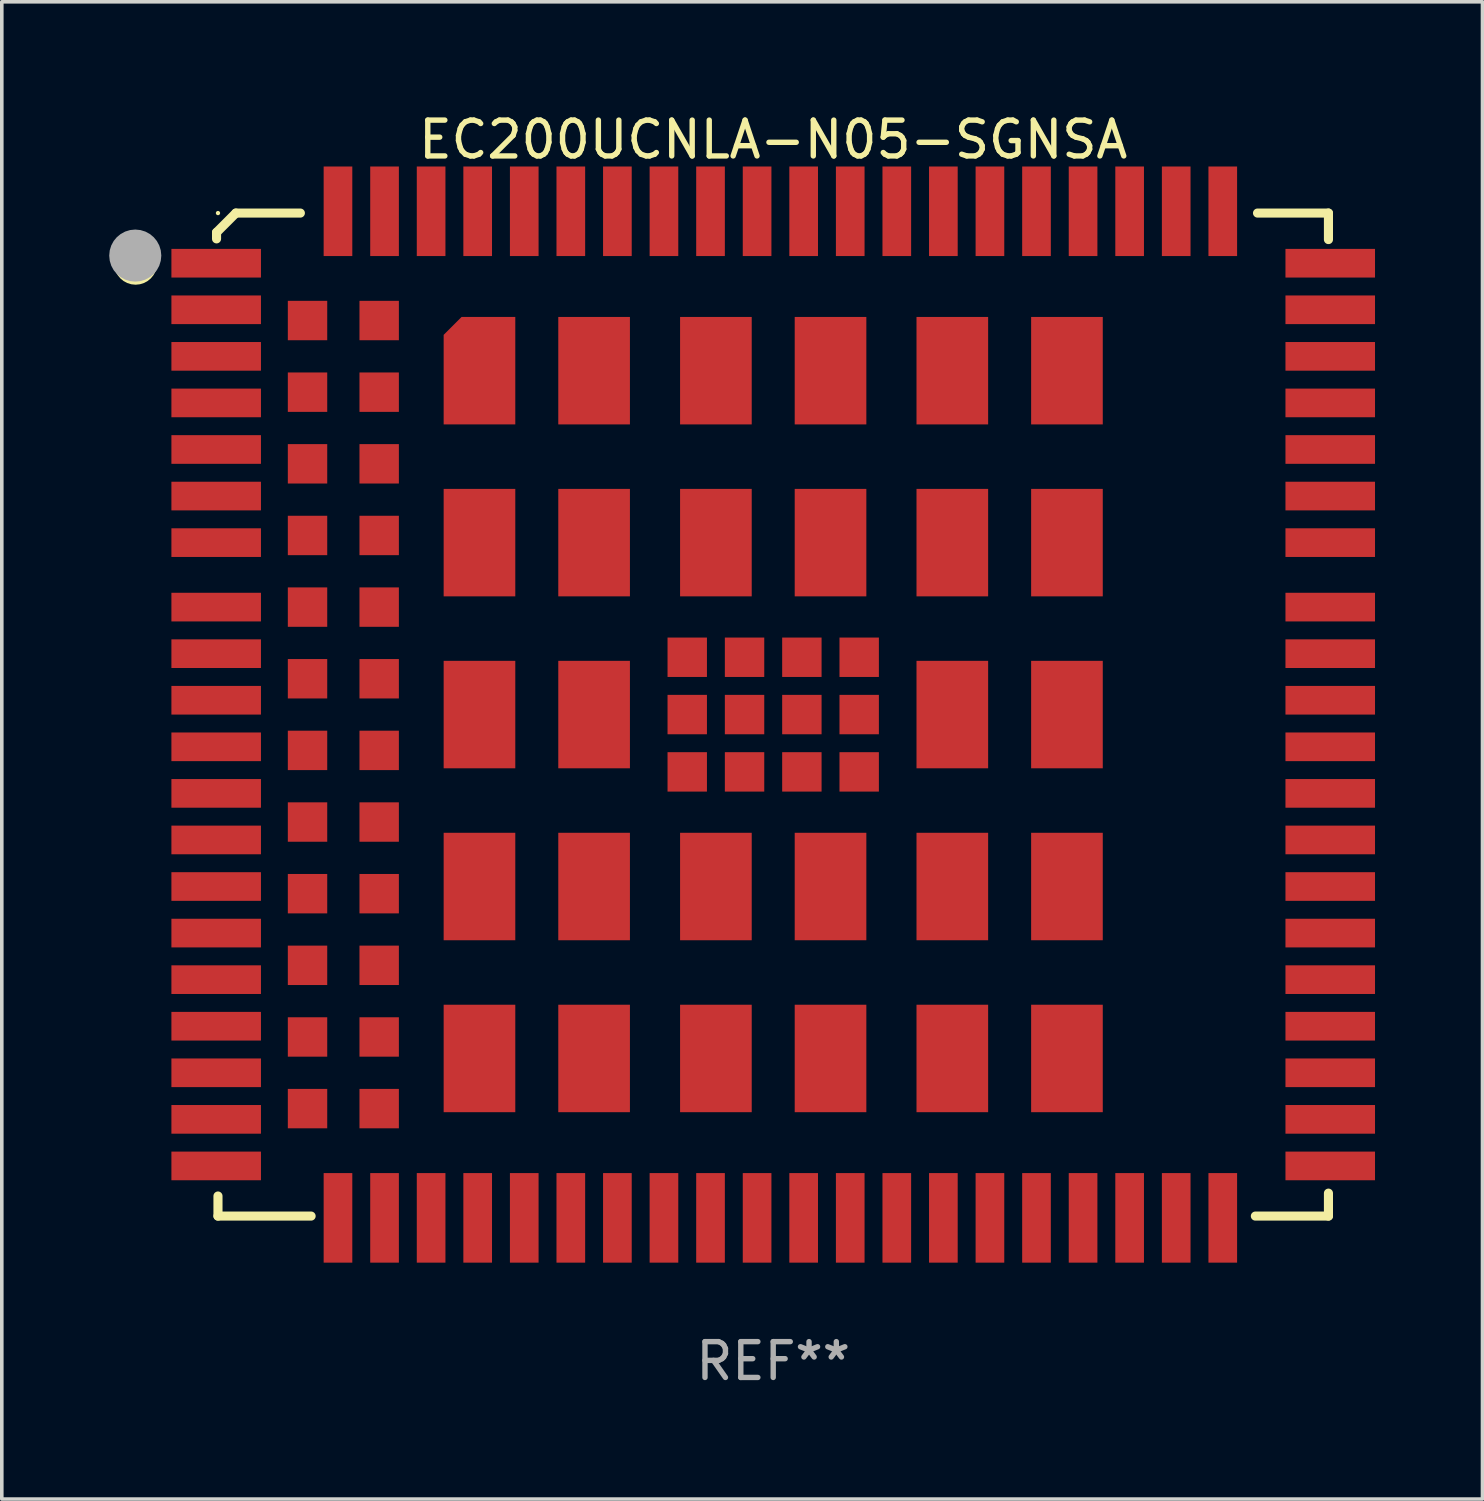
<source format=kicad_pcb>
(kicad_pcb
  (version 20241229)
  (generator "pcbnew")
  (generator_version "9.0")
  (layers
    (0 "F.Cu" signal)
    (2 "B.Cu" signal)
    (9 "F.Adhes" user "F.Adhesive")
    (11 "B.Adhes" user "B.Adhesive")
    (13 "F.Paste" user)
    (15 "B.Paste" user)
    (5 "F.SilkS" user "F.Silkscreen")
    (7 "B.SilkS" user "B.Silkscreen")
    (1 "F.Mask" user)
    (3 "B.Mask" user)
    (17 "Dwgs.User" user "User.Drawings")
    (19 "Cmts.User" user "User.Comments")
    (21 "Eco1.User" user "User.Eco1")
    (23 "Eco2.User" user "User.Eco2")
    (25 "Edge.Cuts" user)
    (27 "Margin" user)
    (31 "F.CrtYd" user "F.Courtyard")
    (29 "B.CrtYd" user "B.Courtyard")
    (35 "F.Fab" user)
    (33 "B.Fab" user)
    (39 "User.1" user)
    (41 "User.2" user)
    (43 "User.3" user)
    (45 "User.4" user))
  (footprint "EC200UCNLA-N05-SGNSA"
    (layer "F.Cu")
    (at 18.535 16.898)
    (property "Reference" "EC200UCNLA-N05-SGNSA" (at 0 -16.05 0) (layer "F.SilkS") (effects (font (size 1 1) (thickness 0.15))))
    (attr through_hole)
    (fp_line (start -15.54 -13.46) (end -15 -14) (stroke (width 0.254) (type solid)) (layer "F.SilkS"))
    (fp_line (start -15.54 -13.28) (end -15.54 -13.46) (stroke (width 0.254) (type solid)) (layer "F.SilkS"))
    (fp_line (start -15.5 13.44) (end -15.5 14) (stroke (width 0.254) (type solid)) (layer "F.SilkS"))
    (fp_line (start -15.5 14) (end -12.9 14) (stroke (width 0.254) (type solid)) (layer "F.SilkS"))
    (fp_line (start -15 -14) (end -13.2 -14) (stroke (width 0.254) (type solid)) (layer "F.SilkS"))
    (fp_line (start 13.46 14) (end 15.5 14) (stroke (width 0.254) (type solid)) (layer "F.SilkS"))
    (fp_line (start 13.52 -14) (end 15.5 -14) (stroke (width 0.254) (type solid)) (layer "F.SilkS"))
    (fp_line (start 15.5 -14) (end 15.5 -13.26) (stroke (width 0.254) (type solid)) (layer "F.SilkS"))
    (fp_line (start 15.5 14) (end 15.5 13.36) (stroke (width 0.254) (type solid)) (layer "F.SilkS"))
    (fp_circle (center -17.8 -12.6) (end -17.5 -12.6) (stroke (width 0.6) (type solid)) (fill no) (layer "F.SilkS"))
    (fp_circle (center -15.5 -14) (end -15.47 -14) (stroke (width 0.06) (type solid)) (fill no) (layer "F.SilkS"))
    (fp_circle (center -17.809 -12.813) (end -17.445 -12.813) (stroke (width 0.726) (type solid)) (fill no) (layer "F.Fab"))
    (fp_text user "REF**" (at 0 18.05 0) (layer "F.Fab") (effects (font (size 1 1) (thickness 0.15))))
    (pad "1" smd rect (at -15.55 -12.6) (size 2.5 0.8) (layers "F.Cu" "F.Mask" "F.Paste"))
    (pad "2" smd rect (at -15.55 -11.3) (size 2.5 0.8) (layers "F.Cu" "F.Mask" "F.Paste"))
    (pad "3" smd rect (at -15.55 -10) (size 2.5 0.8) (layers "F.Cu" "F.Mask" "F.Paste"))
    (pad "4" smd rect (at -15.55 -8.7) (size 2.5 0.8) (layers "F.Cu" "F.Mask" "F.Paste"))
    (pad "5" smd rect (at -15.55 -7.4) (size 2.5 0.8) (layers "F.Cu" "F.Mask" "F.Paste"))
    (pad "6" smd rect (at -15.55 -6.1) (size 2.5 0.8) (layers "F.Cu" "F.Mask" "F.Paste"))
    (pad "7" smd rect (at -15.55 -4.8) (size 2.5 0.8) (layers "F.Cu" "F.Mask" "F.Paste"))
    (pad "8" smd rect (at -15.55 -0.4) (size 2.5 0.8) (layers "F.Cu" "F.Mask" "F.Paste"))
    (pad "9" smd rect (at -15.55 0.9) (size 2.5 0.8) (layers "F.Cu" "F.Mask" "F.Paste"))
    (pad "10" smd rect (at -15.55 2.2) (size 2.5 0.8) (layers "F.Cu" "F.Mask" "F.Paste"))
    (pad "11" smd rect (at -15.55 3.5) (size 2.5 0.8) (layers "F.Cu" "F.Mask" "F.Paste"))
    (pad "12" smd rect (at -15.55 4.8) (size 2.5 0.8) (layers "F.Cu" "F.Mask" "F.Paste"))
    (pad "13" smd rect (at -15.55 6.1) (size 2.5 0.8) (layers "F.Cu" "F.Mask" "F.Paste"))
    (pad "14" smd rect (at -15.55 7.4) (size 2.5 0.8) (layers "F.Cu" "F.Mask" "F.Paste"))
    (pad "15" smd rect (at -15.55 8.7) (size 2.5 0.8) (layers "F.Cu" "F.Mask" "F.Paste"))
    (pad "16" smd rect (at -15.55 10) (size 2.5 0.8) (layers "F.Cu" "F.Mask" "F.Paste"))
    (pad "17" smd rect (at -15.55 11.3) (size 2.5 0.8) (layers "F.Cu" "F.Mask" "F.Paste"))
    (pad "18" smd rect (at -15.55 12.6) (size 2.5 0.8) (layers "F.Cu" "F.Mask" "F.Paste"))
    (pad "19" smd rect (at -9.55 14.05) (size 0.8 2.5) (layers "F.Cu" "F.Mask" "F.Paste"))
    (pad "20" smd rect (at -8.25 14.05) (size 0.8 2.5) (layers "F.Cu" "F.Mask" "F.Paste"))
    (pad "21" smd rect (at -6.95 14.05) (size 0.8 2.5) (layers "F.Cu" "F.Mask" "F.Paste"))
    (pad "22" smd rect (at -5.65 14.05) (size 0.8 2.5) (layers "F.Cu" "F.Mask" "F.Paste"))
    (pad "23" smd rect (at -4.35 14.05) (size 0.8 2.5) (layers "F.Cu" "F.Mask" "F.Paste"))
    (pad "24" smd rect (at -3.05 14.05) (size 0.8 2.5) (layers "F.Cu" "F.Mask" "F.Paste"))
    (pad "25" smd rect (at -1.75 14.05) (size 0.8 2.5) (layers "F.Cu" "F.Mask" "F.Paste"))
    (pad "26" smd rect (at -0.45 14.05) (size 0.8 2.5) (layers "F.Cu" "F.Mask" "F.Paste"))
    (pad "27" smd rect (at 0.85 14.05) (size 0.8 2.5) (layers "F.Cu" "F.Mask" "F.Paste"))
    (pad "28" smd rect (at 2.15 14.05) (size 0.8 2.5) (layers "F.Cu" "F.Mask" "F.Paste"))
    (pad "29" smd rect (at 3.45 14.05) (size 0.8 2.5) (layers "F.Cu" "F.Mask" "F.Paste"))
    (pad "30" smd rect (at 4.75 14.05) (size 0.8 2.5) (layers "F.Cu" "F.Mask" "F.Paste"))
    (pad "31" smd rect (at 6.05 14.05) (size 0.8 2.5) (layers "F.Cu" "F.Mask" "F.Paste"))
    (pad "32" smd rect (at 7.35 14.05) (size 0.8 2.5) (layers "F.Cu" "F.Mask" "F.Paste"))
    (pad "33" smd rect (at 8.65 14.05) (size 0.8 2.5) (layers "F.Cu" "F.Mask" "F.Paste"))
    (pad "34" smd rect (at 9.95 14.05) (size 0.8 2.5) (layers "F.Cu" "F.Mask" "F.Paste"))
    (pad "35" smd rect (at 11.25 14.05) (size 0.8 2.5) (layers "F.Cu" "F.Mask" "F.Paste"))
    (pad "36" smd rect (at 12.55 14.05) (size 0.8 2.5) (layers "F.Cu" "F.Mask" "F.Paste"))
    (pad "37" smd rect (at 15.55 12.6) (size 2.5 0.8) (layers "F.Cu" "F.Mask" "F.Paste"))
    (pad "38" smd rect (at 15.55 11.3) (size 2.5 0.8) (layers "F.Cu" "F.Mask" "F.Paste"))
    (pad "39" smd rect (at 15.55 10) (size 2.5 0.8) (layers "F.Cu" "F.Mask" "F.Paste"))
    (pad "40" smd rect (at 15.55 8.7) (size 2.5 0.8) (layers "F.Cu" "F.Mask" "F.Paste"))
    (pad "41" smd rect (at 15.55 7.4) (size 2.5 0.8) (layers "F.Cu" "F.Mask" "F.Paste"))
    (pad "42" smd rect (at 15.55 6.1) (size 2.5 0.8) (layers "F.Cu" "F.Mask" "F.Paste"))
    (pad "43" smd rect (at 15.55 4.8) (size 2.5 0.8) (layers "F.Cu" "F.Mask" "F.Paste"))
    (pad "44" smd rect (at 15.55 3.5) (size 2.5 0.8) (layers "F.Cu" "F.Mask" "F.Paste"))
    (pad "45" smd rect (at 15.55 2.2) (size 2.5 0.8) (layers "F.Cu" "F.Mask" "F.Paste"))
    (pad "46" smd rect (at 15.55 0.9) (size 2.5 0.8) (layers "F.Cu" "F.Mask" "F.Paste"))
    (pad "47" smd rect (at 15.55 -0.4) (size 2.5 0.8) (layers "F.Cu" "F.Mask" "F.Paste"))
    (pad "48" smd rect (at 15.55 -4.8) (size 2.5 0.8) (layers "F.Cu" "F.Mask" "F.Paste"))
    (pad "49" smd rect (at 15.55 -6.1) (size 2.5 0.8) (layers "F.Cu" "F.Mask" "F.Paste"))
    (pad "50" smd rect (at 15.55 -7.4) (size 2.5 0.8) (layers "F.Cu" "F.Mask" "F.Paste"))
    (pad "51" smd rect (at 15.55 -8.7) (size 2.5 0.8) (layers "F.Cu" "F.Mask" "F.Paste"))
    (pad "52" smd rect (at 15.55 -10) (size 2.5 0.8) (layers "F.Cu" "F.Mask" "F.Paste"))
    (pad "53" smd rect (at 15.55 -11.3) (size 2.5 0.8) (layers "F.Cu" "F.Mask" "F.Paste"))
    (pad "54" smd rect (at 15.55 -12.6) (size 2.5 0.8) (layers "F.Cu" "F.Mask" "F.Paste"))
    (pad "55" smd rect (at 12.55 -14.05) (size 0.8 2.5) (layers "F.Cu" "F.Mask" "F.Paste"))
    (pad "56" smd rect (at 11.25 -14.05) (size 0.8 2.5) (layers "F.Cu" "F.Mask" "F.Paste"))
    (pad "57" smd rect (at 9.95 -14.05) (size 0.8 2.5) (layers "F.Cu" "F.Mask" "F.Paste"))
    (pad "58" smd rect (at 8.65 -14.05) (size 0.8 2.5) (layers "F.Cu" "F.Mask" "F.Paste"))
    (pad "59" smd rect (at 7.35 -14.05) (size 0.8 2.5) (layers "F.Cu" "F.Mask" "F.Paste"))
    (pad "60" smd rect (at 6.05 -14.05) (size 0.8 2.5) (layers "F.Cu" "F.Mask" "F.Paste"))
    (pad "61" smd rect (at 4.75 -14.05) (size 0.8 2.5) (layers "F.Cu" "F.Mask" "F.Paste"))
    (pad "62" smd rect (at 3.45 -14.05) (size 0.8 2.5) (layers "F.Cu" "F.Mask" "F.Paste"))
    (pad "63" smd rect (at 2.15 -14.05) (size 0.8 2.5) (layers "F.Cu" "F.Mask" "F.Paste"))
    (pad "64" smd rect (at 0.85 -14.05) (size 0.8 2.5) (layers "F.Cu" "F.Mask" "F.Paste"))
    (pad "65" smd rect (at -0.45 -14.05) (size 0.8 2.5) (layers "F.Cu" "F.Mask" "F.Paste"))
    (pad "66" smd rect (at -1.75 -14.05) (size 0.8 2.5) (layers "F.Cu" "F.Mask" "F.Paste"))
    (pad "67" smd rect (at -3.05 -14.05) (size 0.8 2.5) (layers "F.Cu" "F.Mask" "F.Paste"))
    (pad "68" smd rect (at -4.35 -14.05) (size 0.8 2.5) (layers "F.Cu" "F.Mask" "F.Paste"))
    (pad "69" smd rect (at -5.65 -14.05) (size 0.8 2.5) (layers "F.Cu" "F.Mask" "F.Paste"))
    (pad "70" smd rect (at -6.95 -14.05) (size 0.8 2.5) (layers "F.Cu" "F.Mask" "F.Paste"))
    (pad "71" smd rect (at -8.25 -14.05) (size 0.8 2.5) (layers "F.Cu" "F.Mask" "F.Paste"))
    (pad "72" smd rect (at -9.55 -14.05) (size 0.8 2.5) (layers "F.Cu" "F.Mask" "F.Paste"))
    (pad "73" smd rect (at 2.4 -1.6 270) (size 1.1 1.1) (layers "F.Cu" "F.Mask" "F.Paste"))
    (pad "74" smd rect (at 2.4 -0.000127 270) (size 1.1 1.1) (layers "F.Cu" "F.Mask" "F.Paste"))
    (pad "75" smd rect (at 2.4 1.6 270) (size 1.1 1.1) (layers "F.Cu" "F.Mask" "F.Paste"))
    (pad "76" smd rect (at 0.8 -1.6 270) (size 1.1 1.1) (layers "F.Cu" "F.Mask" "F.Paste"))
    (pad "77" smd rect (at 0.8 -0.000127 270) (size 1.1 1.1) (layers "F.Cu" "F.Mask" "F.Paste"))
    (pad "78" smd rect (at 0.8 1.6 270) (size 1.1 1.1) (layers "F.Cu" "F.Mask" "F.Paste"))
    (pad "79" smd rect (at -0.8 -1.6 270) (size 1.1 1.1) (layers "F.Cu" "F.Mask" "F.Paste"))
    (pad "80" smd rect (at -0.8 -0.000127 270) (size 1.1 1.1) (layers "F.Cu" "F.Mask" "F.Paste"))
    (pad "81" smd rect (at -0.8 1.6 270) (size 1.1 1.1) (layers "F.Cu" "F.Mask" "F.Paste"))
    (pad "82" smd rect (at -2.4 -1.6 270) (size 1.1 1.1) (layers "F.Cu" "F.Mask" "F.Paste"))
    (pad "83" smd rect (at -2.4 -0.000127 270) (size 1.1 1.1) (layers "F.Cu" "F.Mask" "F.Paste"))
    (pad "84" smd rect (at -2.4 1.6 270) (size 1.1 1.1) (layers "F.Cu" "F.Mask" "F.Paste"))
    (pad "85" smd rect (at 8.2 -9.6) (size 2 3) (layers "F.Cu" "F.Mask" "F.Paste"))
    (pad "86" smd rect (at 8.2 -4.8) (size 2 3) (layers "F.Cu" "F.Mask" "F.Paste"))
    (pad "87" smd rect (at 8.2 -0.000127) (size 2 3) (layers "F.Cu" "F.Mask" "F.Paste"))
    (pad "88" smd rect (at 8.2 4.8) (size 2 3) (layers "F.Cu" "F.Mask" "F.Paste"))
    (pad "89" smd rect (at 8.2 9.6) (size 2 3) (layers "F.Cu" "F.Mask" "F.Paste"))
    (pad "90" smd rect (at 5 -9.6) (size 2 3) (layers "F.Cu" "F.Mask" "F.Paste"))
    (pad "91" smd rect (at 5 -4.8) (size 2 3) (layers "F.Cu" "F.Mask" "F.Paste"))
    (pad "92" smd rect (at 5 -0.000127) (size 2 3) (layers "F.Cu" "F.Mask" "F.Paste"))
    (pad "93" smd rect (at 5 4.8) (size 2 3) (layers "F.Cu" "F.Mask" "F.Paste"))
    (pad "94" smd rect (at 5 9.6) (size 2 3) (layers "F.Cu" "F.Mask" "F.Paste"))
    (pad "95" smd rect (at 1.6 -9.6) (size 2 3) (layers "F.Cu" "F.Mask" "F.Paste"))
    (pad "96" smd rect (at 1.6 -4.8) (size 2 3) (layers "F.Cu" "F.Mask" "F.Paste"))
    (pad "97" smd rect (at 1.6 4.8) (size 2 3) (layers "F.Cu" "F.Mask" "F.Paste"))
    (pad "98" smd rect (at 1.6 9.6) (size 2 3) (layers "F.Cu" "F.Mask" "F.Paste"))
    (pad "99" smd rect (at -1.6 -9.6) (size 2 3) (layers "F.Cu" "F.Mask" "F.Paste"))
    (pad "100" smd rect (at -1.6 -4.8) (size 2 3) (layers "F.Cu" "F.Mask" "F.Paste"))
    (pad "101" smd rect (at -1.6 4.8) (size 2 3) (layers "F.Cu" "F.Mask" "F.Paste"))
    (pad "102" smd rect (at -1.6 9.6) (size 2 3) (layers "F.Cu" "F.Mask" "F.Paste"))
    (pad "103" smd rect (at -5 -9.6) (size 2 3) (layers "F.Cu" "F.Mask" "F.Paste"))
    (pad "104" smd rect (at -5 -4.8) (size 2 3) (layers "F.Cu" "F.Mask" "F.Paste"))
    (pad "105" smd rect (at -5 -0.000127) (size 2 3) (layers "F.Cu" "F.Mask" "F.Paste"))
    (pad "106" smd rect (at -5 4.8) (size 2 3) (layers "F.Cu" "F.Mask" "F.Paste"))
    (pad "107" smd rect (at -5 9.6) (size 2 3) (layers "F.Cu" "F.Mask" "F.Paste"))
    (pad "108" smd custom (at -8.2 -9.6) (size 2 3) (layers "F.Cu" "F.Mask" "F.Paste") (options (anchor circle)) (primitives (gr_poly (pts (xy -1 1.5) (xy 1 1.5) (xy 1 -1.5) (xy -0.5 -1.5) (xy -1 -1)) (width 0) (fill yes))))
    (pad "109" smd rect (at -8.2 -4.8) (size 2 3) (layers "F.Cu" "F.Mask" "F.Paste"))
    (pad "110" smd rect (at -8.2 -0.000127) (size 2 3) (layers "F.Cu" "F.Mask" "F.Paste"))
    (pad "111" smd rect (at -8.2 4.8) (size 2 3) (layers "F.Cu" "F.Mask" "F.Paste"))
    (pad "112" smd rect (at -8.2 9.6) (size 2 3) (layers "F.Cu" "F.Mask" "F.Paste"))
    (pad "113" smd rect (at -10.85 -14.05) (size 0.8 2.5) (layers "F.Cu" "F.Mask" "F.Paste"))
    (pad "114" smd rect (at -12.15 -14.05) (size 0.8 2.5) (layers "F.Cu" "F.Mask" "F.Paste"))
    (pad "115" smd rect (at -10.85 14.05) (size 0.8 2.5) (layers "F.Cu" "F.Mask" "F.Paste"))
    (pad "116" smd rect (at -12.15 14.05) (size 0.8 2.5) (layers "F.Cu" "F.Mask" "F.Paste"))
    (pad "117" smd rect (at -11 -11) (size 1.1 1.1) (layers "F.Cu" "F.Mask" "F.Paste"))
    (pad "118" smd rect (at -11 -9) (size 1.1 1.1) (layers "F.Cu" "F.Mask" "F.Paste"))
    (pad "119" smd rect (at -11 -7) (size 1.1 1.1) (layers "F.Cu" "F.Mask" "F.Paste"))
    (pad "120" smd rect (at -11 -5) (size 1.1 1.1) (layers "F.Cu" "F.Mask" "F.Paste"))
    (pad "121" smd rect (at -11 -3) (size 1.1 1.1) (layers "F.Cu" "F.Mask" "F.Paste"))
    (pad "122" smd rect (at -11 -1) (size 1.1 1.1) (layers "F.Cu" "F.Mask" "F.Paste"))
    (pad "123" smd rect (at -11 1) (size 1.1 1.1) (layers "F.Cu" "F.Mask" "F.Paste"))
    (pad "124" smd rect (at -11 3) (size 1.1 1.1) (layers "F.Cu" "F.Mask" "F.Paste"))
    (pad "125" smd rect (at -11 5) (size 1.1 1.1) (layers "F.Cu" "F.Mask" "F.Paste"))
    (pad "126" smd rect (at -11 7) (size 1.1 1.1) (layers "F.Cu" "F.Mask" "F.Paste"))
    (pad "127" smd rect (at -11 9) (size 1.1 1.1) (layers "F.Cu" "F.Mask" "F.Paste"))
    (pad "128" smd rect (at -11 11) (size 1.1 1.1) (layers "F.Cu" "F.Mask" "F.Paste"))
    (pad "129" smd rect (at -13 -11) (size 1.1 1.1) (layers "F.Cu" "F.Mask" "F.Paste"))
    (pad "130" smd rect (at -13 -9) (size 1.1 1.1) (layers "F.Cu" "F.Mask" "F.Paste"))
    (pad "131" smd rect (at -13 -7) (size 1.1 1.1) (layers "F.Cu" "F.Mask" "F.Paste"))
    (pad "132" smd rect (at -13 -5) (size 1.1 1.1) (layers "F.Cu" "F.Mask" "F.Paste"))
    (pad "133" smd rect (at -13 -3) (size 1.1 1.1) (layers "F.Cu" "F.Mask" "F.Paste"))
    (pad "134" smd rect (at -13 -1) (size 1.1 1.1) (layers "F.Cu" "F.Mask" "F.Paste"))
    (pad "135" smd rect (at -13 1) (size 1.1 1.1) (layers "F.Cu" "F.Mask" "F.Paste"))
    (pad "136" smd rect (at -13 3) (size 1.1 1.1) (layers "F.Cu" "F.Mask" "F.Paste"))
    (pad "137" smd rect (at -13 5) (size 1.1 1.1) (layers "F.Cu" "F.Mask" "F.Paste"))
    (pad "138" smd rect (at -13 7) (size 1.1 1.1) (layers "F.Cu" "F.Mask" "F.Paste"))
    (pad "139" smd rect (at -13 9) (size 1.1 1.1) (layers "F.Cu" "F.Mask" "F.Paste"))
    (pad "140" smd rect (at -13 11) (size 1.1 1.1) (layers "F.Cu" "F.Mask" "F.Paste"))
    (pad "141" smd rect (at -15.55 -3) (size 2.5 0.8) (layers "F.Cu" "F.Mask" "F.Paste"))
    (pad "142" smd rect (at -15.55 -1.7) (size 2.5 0.8) (layers "F.Cu" "F.Mask" "F.Paste"))
    (pad "143" smd rect (at 15.55 -1.7) (size 2.5 0.8) (layers "F.Cu" "F.Mask" "F.Paste"))
    (pad "144" smd rect (at 15.55 -3) (size 2.5 0.8) (layers "F.Cu" "F.Mask" "F.Paste")))
  (gr_rect
    (start -3 -3)
    (end 38.335 38.797)
    (stroke (width 0.1) (type default))
    (fill no)
    (layer "Edge.Cuts")))
</source>
